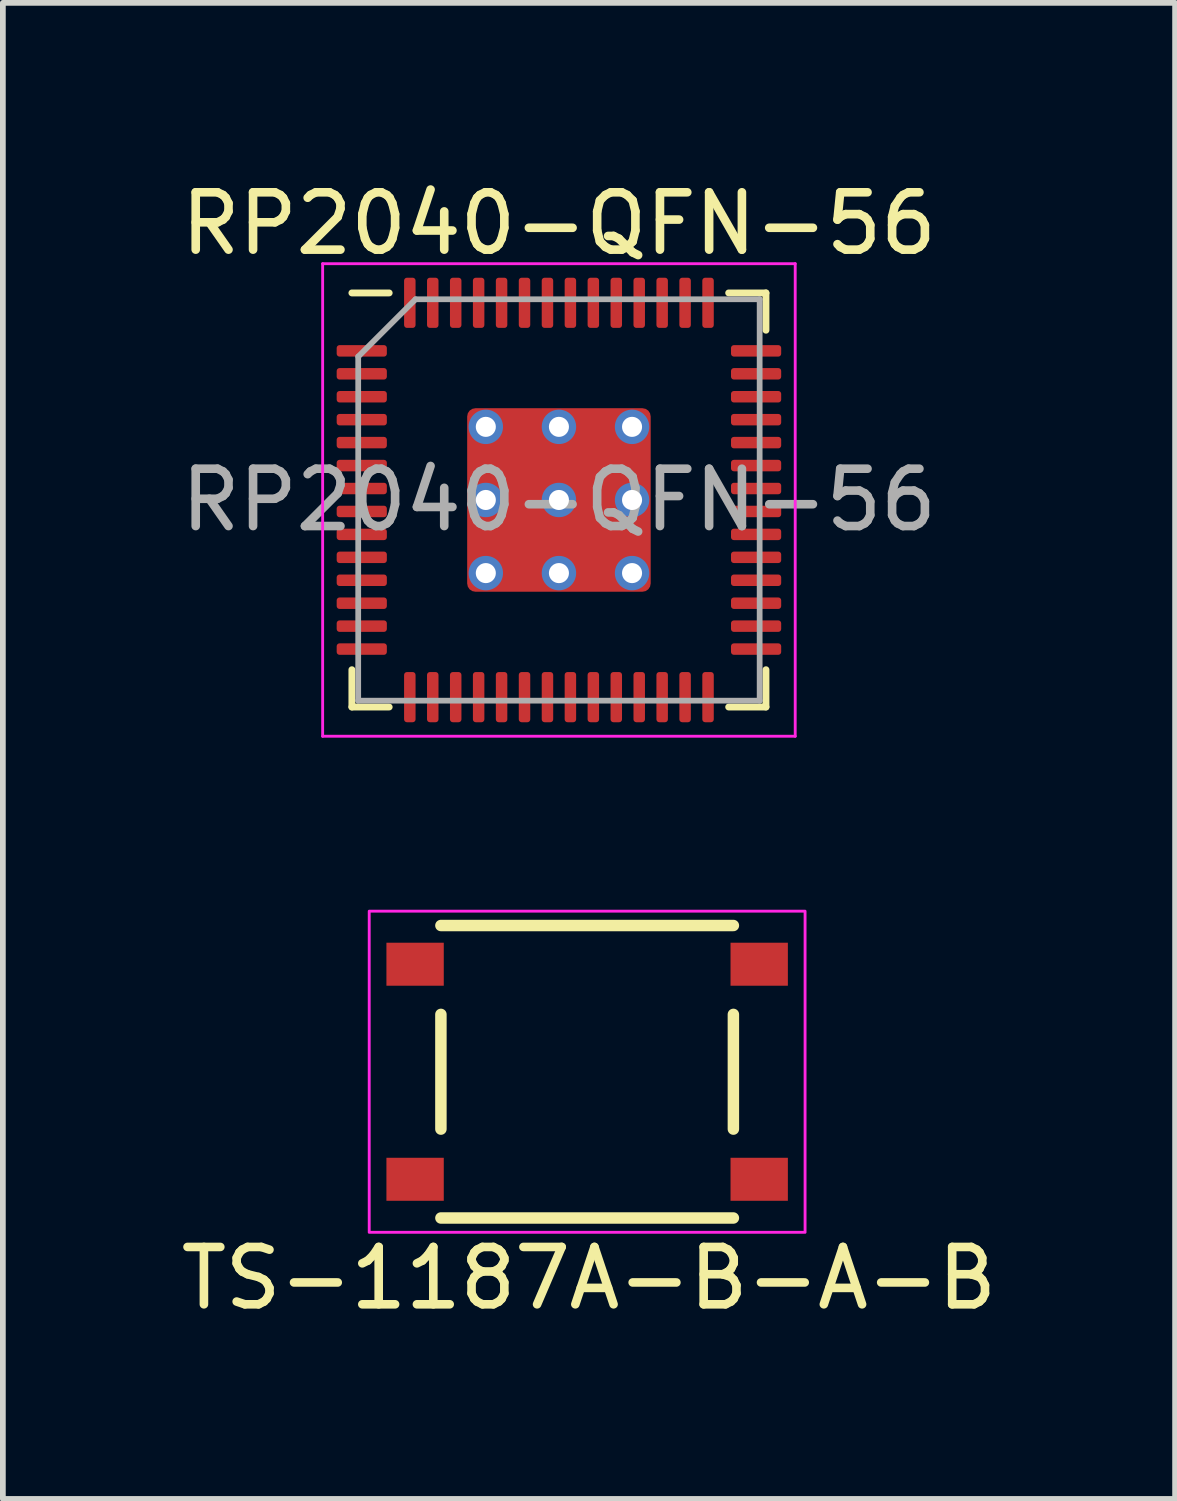
<source format=kicad_pcb>
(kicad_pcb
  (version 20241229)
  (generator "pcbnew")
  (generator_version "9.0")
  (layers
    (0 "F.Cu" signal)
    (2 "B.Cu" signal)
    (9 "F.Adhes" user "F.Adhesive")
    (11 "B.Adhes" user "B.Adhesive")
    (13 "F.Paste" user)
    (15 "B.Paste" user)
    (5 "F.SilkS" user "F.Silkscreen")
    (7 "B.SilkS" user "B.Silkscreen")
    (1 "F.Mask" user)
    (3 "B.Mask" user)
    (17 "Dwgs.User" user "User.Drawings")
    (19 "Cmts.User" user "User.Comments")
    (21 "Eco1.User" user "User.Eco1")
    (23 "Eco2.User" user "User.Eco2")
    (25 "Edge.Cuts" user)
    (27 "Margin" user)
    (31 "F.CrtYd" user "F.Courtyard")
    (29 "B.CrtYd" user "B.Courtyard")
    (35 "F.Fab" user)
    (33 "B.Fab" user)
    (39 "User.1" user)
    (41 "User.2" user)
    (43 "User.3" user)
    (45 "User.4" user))
  (footprint "TS-1187A-B-A-B"
    (layer "F.Cu")
    (at 7.188 15.638)
    (property "Reference" "TS-1187A-B-A-B" (at 0.032 3.6 0) (layer "F.SilkS") (effects (font (size 1 1) (thickness 0.15))))
    (attr smd)
    (fp_line (start -2.55 -2.55) (end 2.55 -2.55) (stroke (width 0.2) (type solid)) (layer "F.SilkS"))
    (fp_line (start -2.55 -1) (end -2.55 1) (stroke (width 0.2) (type solid)) (layer "F.SilkS"))
    (fp_line (start -2.55 2.55) (end 2.55 2.55) (stroke (width 0.2) (type solid)) (layer "F.SilkS"))
    (fp_line (start 2.55 -1) (end 2.55 1) (stroke (width 0.2) (type solid)) (layer "F.SilkS"))
    (fp_rect (start -3.8 -2.8) (end 3.8 2.8) (stroke (width 0.05) (type default)) (fill no) (layer "F.CrtYd"))
    (pad "1" smd rect (at -3 -1.875) (size 1 0.75) (layers "F.Cu" "F.Mask" "F.Paste"))
    (pad "1" smd rect (at 3 -1.875) (size 1 0.75) (layers "F.Cu" "F.Mask" "F.Paste"))
    (pad "2" smd rect (at -3 1.875) (size 1 0.75) (layers "F.Cu" "F.Mask" "F.Paste"))
    (pad "2" smd rect (at 3 1.875) (size 1 0.75) (layers "F.Cu" "F.Mask" "F.Paste")))
  (footprint "RP2040-QFN-56"
    (layer "F.Cu")
    (at 6.696 5.668)
    (property "Reference" "RP2040-QFN-56" (at 0 -4.82 0) (layer "F.SilkS") (effects (font (size 1 1) (thickness 0.15))))
    (attr smd)
    (fp_line (start -3.61 3.61) (end -3.61 2.96) (stroke (width 0.12) (type solid)) (layer "F.SilkS"))
    (fp_line (start -2.96 -3.61) (end -3.61 -3.61) (stroke (width 0.12) (type solid)) (layer "F.SilkS"))
    (fp_line (start -2.96 3.61) (end -3.61 3.61) (stroke (width 0.12) (type solid)) (layer "F.SilkS"))
    (fp_line (start 2.96 -3.61) (end 3.61 -3.61) (stroke (width 0.12) (type solid)) (layer "F.SilkS"))
    (fp_line (start 2.96 3.61) (end 3.61 3.61) (stroke (width 0.12) (type solid)) (layer "F.SilkS"))
    (fp_line (start 3.61 -3.61) (end 3.61 -2.96) (stroke (width 0.12) (type solid)) (layer "F.SilkS"))
    (fp_line (start 3.61 3.61) (end 3.61 2.96) (stroke (width 0.12) (type solid)) (layer "F.SilkS"))
    (fp_line (start -4.12 -4.12) (end -4.12 4.12) (stroke (width 0.05) (type solid)) (layer "F.CrtYd"))
    (fp_line (start -4.12 4.12) (end 4.12 4.12) (stroke (width 0.05) (type solid)) (layer "F.CrtYd"))
    (fp_line (start 4.12 -4.12) (end -4.12 -4.12) (stroke (width 0.05) (type solid)) (layer "F.CrtYd"))
    (fp_line (start 4.12 4.12) (end 4.12 -4.12) (stroke (width 0.05) (type solid)) (layer "F.CrtYd"))
    (fp_line (start -3.5 -2.5) (end -2.5 -3.5) (stroke (width 0.1) (type solid)) (layer "F.Fab"))
    (fp_line (start -3.5 3.5) (end -3.5 -2.5) (stroke (width 0.1) (type solid)) (layer "F.Fab"))
    (fp_line (start -2.5 -3.5) (end 3.5 -3.5) (stroke (width 0.1) (type solid)) (layer "F.Fab"))
    (fp_line (start 3.5 -3.5) (end 3.5 3.5) (stroke (width 0.1) (type solid)) (layer "F.Fab"))
    (fp_line (start 3.5 3.5) (end -3.5 3.5) (stroke (width 0.1) (type solid)) (layer "F.Fab"))
    (fp_text user "${REFERENCE}" (at 0 0 0) (layer "F.Fab") (effects (font (size 1 1) (thickness 0.15))))
    (pad "" smd roundrect (at -0.637 -0.637) (size 1.084 1.084) (layers "F.Paste") (roundrect_rratio 0.231))
    (pad "" smd roundrect (at -0.637 0.637) (size 1.084 1.084) (layers "F.Paste") (roundrect_rratio 0.231))
    (pad "" smd roundrect (at 0.637 -0.637) (size 1.084 1.084) (layers "F.Paste") (roundrect_rratio 0.231))
    (pad "" smd roundrect (at 0.637 0.637) (size 1.084 1.084) (layers "F.Paste") (roundrect_rratio 0.231))
    (pad "1" smd roundrect (at -3.438 -2.6) (size 0.875 0.2) (layers "F.Cu" "F.Mask" "F.Paste") (roundrect_rratio 0.25))
    (pad "2" smd roundrect (at -3.438 -2.2) (size 0.875 0.2) (layers "F.Cu" "F.Mask" "F.Paste") (roundrect_rratio 0.25))
    (pad "3" smd roundrect (at -3.438 -1.8) (size 0.875 0.2) (layers "F.Cu" "F.Mask" "F.Paste") (roundrect_rratio 0.25))
    (pad "4" smd roundrect (at -3.438 -1.4) (size 0.875 0.2) (layers "F.Cu" "F.Mask" "F.Paste") (roundrect_rratio 0.25))
    (pad "5" smd roundrect (at -3.438 -1) (size 0.875 0.2) (layers "F.Cu" "F.Mask" "F.Paste") (roundrect_rratio 0.25))
    (pad "6" smd roundrect (at -3.438 -0.6) (size 0.875 0.2) (layers "F.Cu" "F.Mask" "F.Paste") (roundrect_rratio 0.25))
    (pad "7" smd roundrect (at -3.438 -0.2) (size 0.875 0.2) (layers "F.Cu" "F.Mask" "F.Paste") (roundrect_rratio 0.25))
    (pad "8" smd roundrect (at -3.438 0.2) (size 0.875 0.2) (layers "F.Cu" "F.Mask" "F.Paste") (roundrect_rratio 0.25))
    (pad "9" smd roundrect (at -3.438 0.6) (size 0.875 0.2) (layers "F.Cu" "F.Mask" "F.Paste") (roundrect_rratio 0.25))
    (pad "10" smd roundrect (at -3.438 1) (size 0.875 0.2) (layers "F.Cu" "F.Mask" "F.Paste") (roundrect_rratio 0.25))
    (pad "11" smd roundrect (at -3.438 1.4) (size 0.875 0.2) (layers "F.Cu" "F.Mask" "F.Paste") (roundrect_rratio 0.25))
    (pad "12" smd roundrect (at -3.438 1.8) (size 0.875 0.2) (layers "F.Cu" "F.Mask" "F.Paste") (roundrect_rratio 0.25))
    (pad "13" smd roundrect (at -3.438 2.2) (size 0.875 0.2) (layers "F.Cu" "F.Mask" "F.Paste") (roundrect_rratio 0.25))
    (pad "14" smd roundrect (at -3.438 2.6) (size 0.875 0.2) (layers "F.Cu" "F.Mask" "F.Paste") (roundrect_rratio 0.25))
    (pad "15" smd roundrect (at -2.6 3.438) (size 0.2 0.875) (layers "F.Cu" "F.Mask" "F.Paste") (roundrect_rratio 0.25))
    (pad "16" smd roundrect (at -2.2 3.438) (size 0.2 0.875) (layers "F.Cu" "F.Mask" "F.Paste") (roundrect_rratio 0.25))
    (pad "17" smd roundrect (at -1.8 3.438) (size 0.2 0.875) (layers "F.Cu" "F.Mask" "F.Paste") (roundrect_rratio 0.25))
    (pad "18" smd roundrect (at -1.4 3.438) (size 0.2 0.875) (layers "F.Cu" "F.Mask" "F.Paste") (roundrect_rratio 0.25))
    (pad "19" smd roundrect (at -1 3.438) (size 0.2 0.875) (layers "F.Cu" "F.Mask" "F.Paste") (roundrect_rratio 0.25))
    (pad "20" smd roundrect (at -0.6 3.438) (size 0.2 0.875) (layers "F.Cu" "F.Mask" "F.Paste") (roundrect_rratio 0.25))
    (pad "21" smd roundrect (at -0.2 3.438) (size 0.2 0.875) (layers "F.Cu" "F.Mask" "F.Paste") (roundrect_rratio 0.25))
    (pad "22" smd roundrect (at 0.2 3.438) (size 0.2 0.875) (layers "F.Cu" "F.Mask" "F.Paste") (roundrect_rratio 0.25))
    (pad "23" smd roundrect (at 0.6 3.438) (size 0.2 0.875) (layers "F.Cu" "F.Mask" "F.Paste") (roundrect_rratio 0.25))
    (pad "24" smd roundrect (at 1 3.438) (size 0.2 0.875) (layers "F.Cu" "F.Mask" "F.Paste") (roundrect_rratio 0.25))
    (pad "25" smd roundrect (at 1.4 3.438) (size 0.2 0.875) (layers "F.Cu" "F.Mask" "F.Paste") (roundrect_rratio 0.25))
    (pad "26" smd roundrect (at 1.8 3.438) (size 0.2 0.875) (layers "F.Cu" "F.Mask" "F.Paste") (roundrect_rratio 0.25))
    (pad "27" smd roundrect (at 2.2 3.438) (size 0.2 0.875) (layers "F.Cu" "F.Mask" "F.Paste") (roundrect_rratio 0.25))
    (pad "28" smd roundrect (at 2.6 3.438) (size 0.2 0.875) (layers "F.Cu" "F.Mask" "F.Paste") (roundrect_rratio 0.25))
    (pad "29" smd roundrect (at 3.438 2.6) (size 0.875 0.2) (layers "F.Cu" "F.Mask" "F.Paste") (roundrect_rratio 0.25))
    (pad "30" smd roundrect (at 3.438 2.2) (size 0.875 0.2) (layers "F.Cu" "F.Mask" "F.Paste") (roundrect_rratio 0.25))
    (pad "31" smd roundrect (at 3.438 1.8) (size 0.875 0.2) (layers "F.Cu" "F.Mask" "F.Paste") (roundrect_rratio 0.25))
    (pad "32" smd roundrect (at 3.438 1.4) (size 0.875 0.2) (layers "F.Cu" "F.Mask" "F.Paste") (roundrect_rratio 0.25))
    (pad "33" smd roundrect (at 3.438 1) (size 0.875 0.2) (layers "F.Cu" "F.Mask" "F.Paste") (roundrect_rratio 0.25))
    (pad "34" smd roundrect (at 3.438 0.6) (size 0.875 0.2) (layers "F.Cu" "F.Mask" "F.Paste") (roundrect_rratio 0.25))
    (pad "35" smd roundrect (at 3.438 0.2) (size 0.875 0.2) (layers "F.Cu" "F.Mask" "F.Paste") (roundrect_rratio 0.25))
    (pad "36" smd roundrect (at 3.438 -0.2) (size 0.875 0.2) (layers "F.Cu" "F.Mask" "F.Paste") (roundrect_rratio 0.25))
    (pad "37" smd roundrect (at 3.438 -0.6) (size 0.875 0.2) (layers "F.Cu" "F.Mask" "F.Paste") (roundrect_rratio 0.25))
    (pad "38" smd roundrect (at 3.438 -1) (size 0.875 0.2) (layers "F.Cu" "F.Mask" "F.Paste") (roundrect_rratio 0.25))
    (pad "39" smd roundrect (at 3.438 -1.4) (size 0.875 0.2) (layers "F.Cu" "F.Mask" "F.Paste") (roundrect_rratio 0.25))
    (pad "40" smd roundrect (at 3.438 -1.8) (size 0.875 0.2) (layers "F.Cu" "F.Mask" "F.Paste") (roundrect_rratio 0.25))
    (pad "41" smd roundrect (at 3.438 -2.2) (size 0.875 0.2) (layers "F.Cu" "F.Mask" "F.Paste") (roundrect_rratio 0.25))
    (pad "42" smd roundrect (at 3.438 -2.6) (size 0.875 0.2) (layers "F.Cu" "F.Mask" "F.Paste") (roundrect_rratio 0.25))
    (pad "43" smd roundrect (at 2.6 -3.438) (size 0.2 0.875) (layers "F.Cu" "F.Mask" "F.Paste") (roundrect_rratio 0.25))
    (pad "44" smd roundrect (at 2.2 -3.438) (size 0.2 0.875) (layers "F.Cu" "F.Mask" "F.Paste") (roundrect_rratio 0.25))
    (pad "45" smd roundrect (at 1.8 -3.438) (size 0.2 0.875) (layers "F.Cu" "F.Mask" "F.Paste") (roundrect_rratio 0.25))
    (pad "46" smd roundrect (at 1.4 -3.438) (size 0.2 0.875) (layers "F.Cu" "F.Mask" "F.Paste") (roundrect_rratio 0.25))
    (pad "47" smd roundrect (at 1 -3.438) (size 0.2 0.875) (layers "F.Cu" "F.Mask" "F.Paste") (roundrect_rratio 0.25))
    (pad "48" smd roundrect (at 0.6 -3.438) (size 0.2 0.875) (layers "F.Cu" "F.Mask" "F.Paste") (roundrect_rratio 0.25))
    (pad "49" smd roundrect (at 0.2 -3.438) (size 0.2 0.875) (layers "F.Cu" "F.Mask" "F.Paste") (roundrect_rratio 0.25))
    (pad "50" smd roundrect (at -0.2 -3.438) (size 0.2 0.875) (layers "F.Cu" "F.Mask" "F.Paste") (roundrect_rratio 0.25))
    (pad "51" smd roundrect (at -0.6 -3.438) (size 0.2 0.875) (layers "F.Cu" "F.Mask" "F.Paste") (roundrect_rratio 0.25))
    (pad "52" smd roundrect (at -1 -3.438) (size 0.2 0.875) (layers "F.Cu" "F.Mask" "F.Paste") (roundrect_rratio 0.25))
    (pad "53" smd roundrect (at -1.4 -3.438) (size 0.2 0.875) (layers "F.Cu" "F.Mask" "F.Paste") (roundrect_rratio 0.25))
    (pad "54" smd roundrect (at -1.8 -3.438) (size 0.2 0.875) (layers "F.Cu" "F.Mask" "F.Paste") (roundrect_rratio 0.25))
    (pad "55" smd roundrect (at -2.2 -3.438) (size 0.2 0.875) (layers "F.Cu" "F.Mask" "F.Paste") (roundrect_rratio 0.25))
    (pad "56" smd roundrect (at -2.6 -3.438) (size 0.2 0.875) (layers "F.Cu" "F.Mask" "F.Paste") (roundrect_rratio 0.25))
    (pad "57" thru_hole circle (at -1.275 -1.275) (size 0.6 0.6) (drill 0.35) (layers "*.Cu"))
    (pad "57" thru_hole circle (at -1.275 0) (size 0.6 0.6) (drill 0.35) (layers "*.Cu"))
    (pad "57" thru_hole circle (at -1.275 1.275) (size 0.6 0.6) (drill 0.35) (layers "*.Cu"))
    (pad "57" thru_hole circle (at 0 -1.275) (size 0.6 0.6) (drill 0.35) (layers "*.Cu"))
    (pad "57" thru_hole circle (at 0 0) (size 0.6 0.6) (drill 0.35) (layers "*.Cu"))
    (pad "57" smd roundrect (at 0 0) (size 3.2 3.2) (layers "F.Cu" "F.Mask") (roundrect_rratio 0.045))
    (pad "57" thru_hole circle (at 0 1.275) (size 0.6 0.6) (drill 0.35) (layers "*.Cu"))
    (pad "57" thru_hole circle (at 1.275 -1.275) (size 0.6 0.6) (drill 0.35) (layers "*.Cu"))
    (pad "57" thru_hole circle (at 1.275 0) (size 0.6 0.6) (drill 0.35) (layers "*.Cu"))
    (pad "57" thru_hole circle (at 1.275 1.275) (size 0.6 0.6) (drill 0.35) (layers "*.Cu")))
  (gr_rect
    (start -3 -3)
    (end 17.44 23.087)
    (stroke (width 0.1) (type default))
    (fill no)
    (layer "Edge.Cuts")))
</source>
